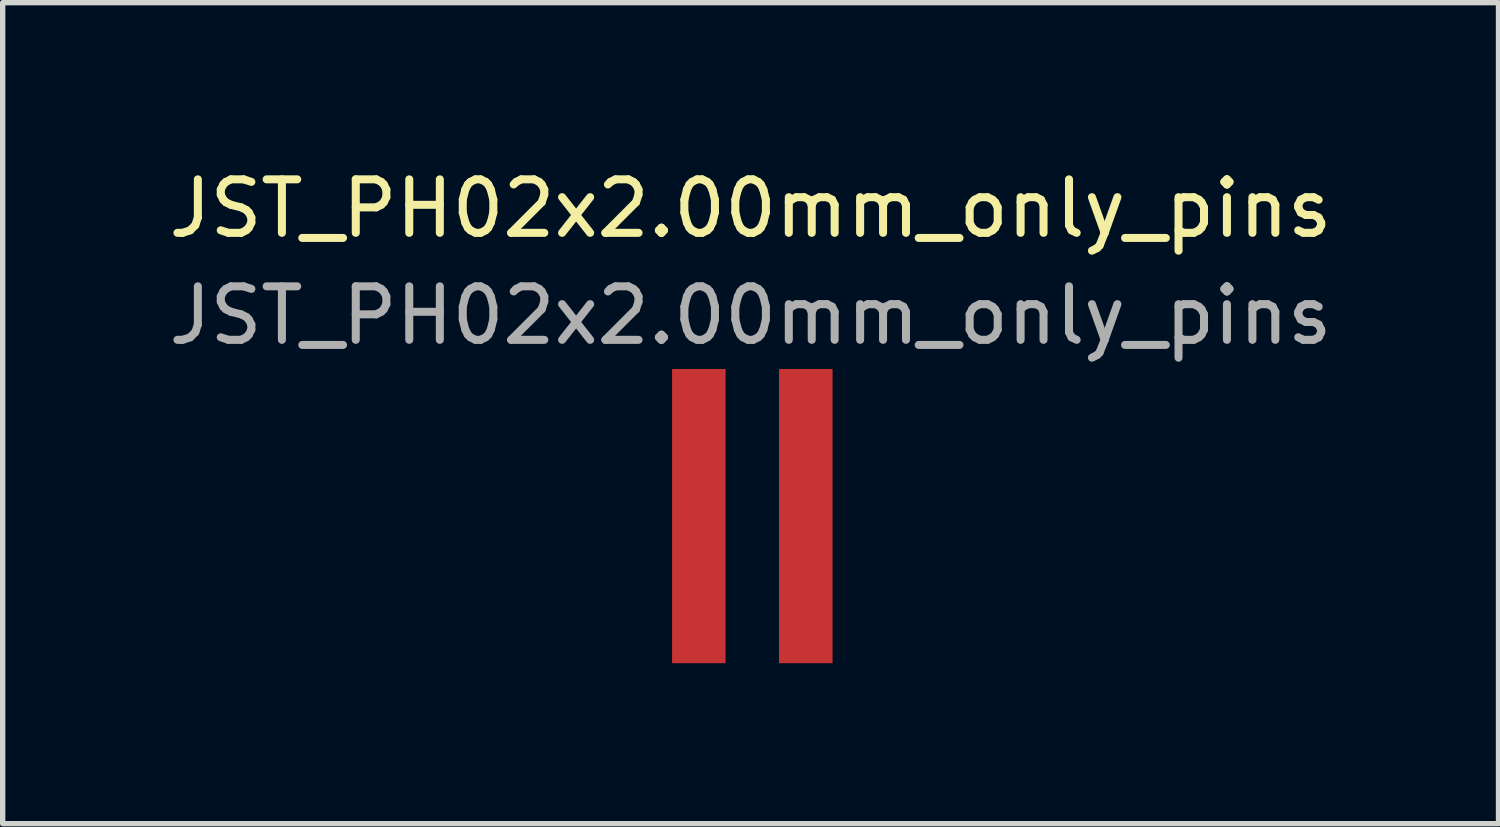
<source format=kicad_pcb>
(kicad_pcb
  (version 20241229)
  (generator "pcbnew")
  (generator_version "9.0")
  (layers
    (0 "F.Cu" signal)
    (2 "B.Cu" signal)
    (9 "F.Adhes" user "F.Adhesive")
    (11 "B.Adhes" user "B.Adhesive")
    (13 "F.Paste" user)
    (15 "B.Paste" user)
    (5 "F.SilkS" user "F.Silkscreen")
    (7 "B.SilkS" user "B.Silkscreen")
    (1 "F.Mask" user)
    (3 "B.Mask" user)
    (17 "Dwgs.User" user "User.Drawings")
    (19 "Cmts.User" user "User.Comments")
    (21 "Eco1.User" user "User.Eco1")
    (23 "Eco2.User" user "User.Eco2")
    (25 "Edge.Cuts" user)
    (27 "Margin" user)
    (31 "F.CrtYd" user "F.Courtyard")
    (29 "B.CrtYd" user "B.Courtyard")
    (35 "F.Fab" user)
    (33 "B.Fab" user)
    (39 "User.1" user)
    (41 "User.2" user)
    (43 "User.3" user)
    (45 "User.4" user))
  (footprint "JST_PH02x2.00mm_only_pins"
    (layer "F.Cu")
    (at 10.982 5.473)
    (property "Reference" "JST_PH02x2.00mm_only_pins" (at 0 -4.625 0) (layer "F.SilkS") (effects (font (size 1 1) (thickness 0.15))))
    (attr smd)
    (fp_text user "${REFERENCE}" (at 0 -2.625 0) (layer "F.Fab") (effects (font (size 1 1) (thickness 0.15))))
    (pad "1" smd rect (at -0.968 1.125) (size 1 5.5) (layers "F.Cu" "F.Mask" "F.Paste"))
    (pad "2" smd rect (at 1.032 1.125) (size 1 5.5) (layers "F.Cu" "F.Mask" "F.Paste")))
  (gr_rect
    (start -3 -3)
    (end 24.964 12.348)
    (stroke (width 0.1) (type default))
    (fill no)
    (layer "Edge.Cuts")))
</source>
